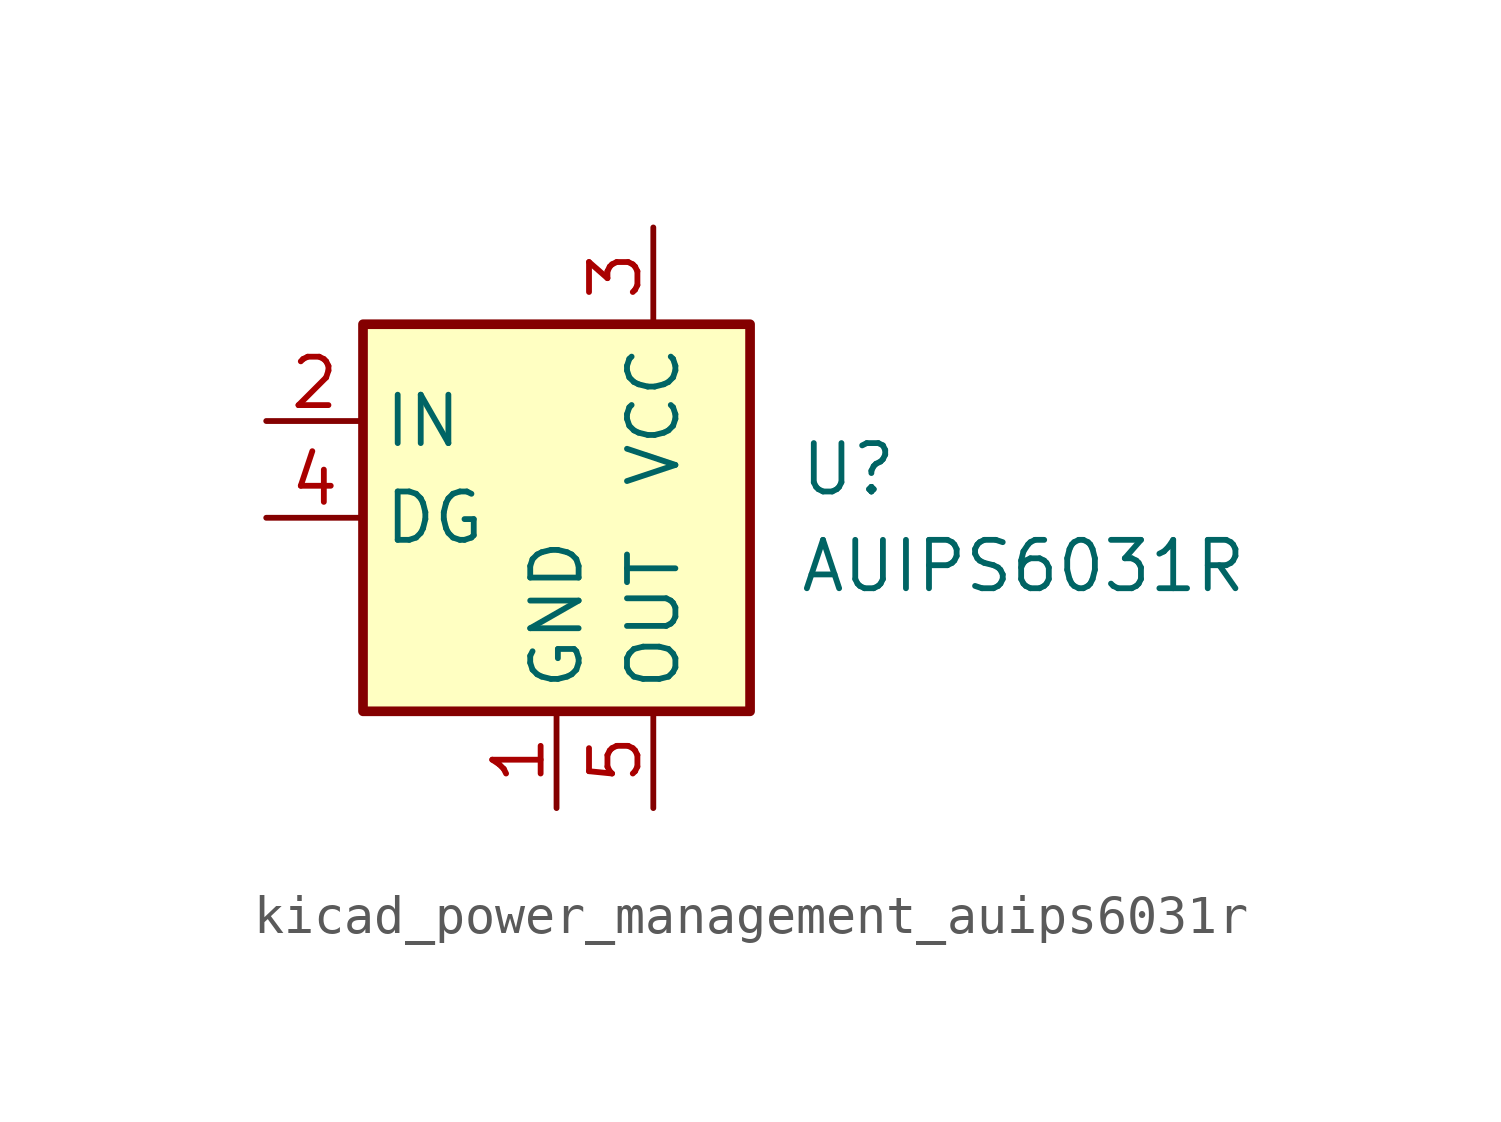
<source format=kicad_sym>
(kicad_symbol_lib
  (version 20220914)
  (generator kicad_symbol_editor)
  (symbol "kicad_power_management_auips6031r"
    (property "Reference" "U"
      (at 3.81 1.27 0)
      (effects (font (size 1.27 1.27)) (justify left)))
    (property "Value" "AUIPS6031R"
      (at 3.81 -1.27 0)
      (effects (font (size 1.27 1.27)) (justify left)))
    (symbol "kicad_power_management_auips6031r_0_1"
      (rectangle (start -7.62 5.08) (end 2.54 -5.08) (stroke (width 0.254) (type default)) (fill (type background))))
    (symbol "kicad_power_management_auips6031r_1_1"
      (pin power_in line (at -2.54 -7.62 90) (length 2.54) (name "GND" (effects (font (size 1.27 1.27)))) (number "1" (effects (font (size 1.27 1.27)))))
      (pin input line (at -10.16 2.54 0) (length 2.54) (name "IN" (effects (font (size 1.27 1.27)))) (number "2" (effects (font (size 1.27 1.27)))))
      (pin power_in line (at 0 7.62 270) (length 2.54) (name "VCC" (effects (font (size 1.27 1.27)))) (number "3" (effects (font (size 1.27 1.27)))))
      (pin open_collector line (at -10.16 0 0) (length 2.54) (name "DG" (effects (font (size 1.27 1.27)))) (number "4" (effects (font (size 1.27 1.27)))))
      (pin power_out line (at 0 -7.62 90) (length 2.54) (name "OUT" (effects (font (size 1.27 1.27)))) (number "5" (effects (font (size 1.27 1.27))))))))
</source>
